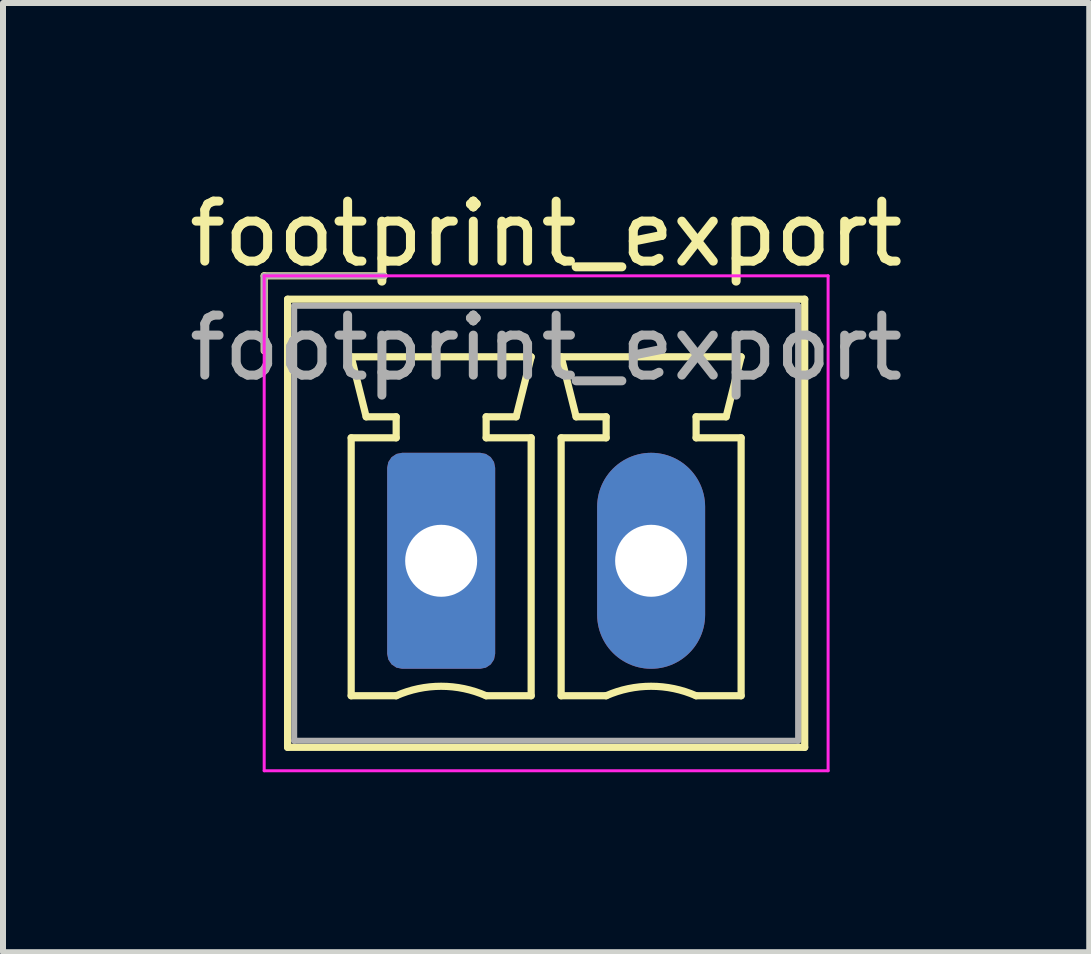
<source format=kicad_pcb>
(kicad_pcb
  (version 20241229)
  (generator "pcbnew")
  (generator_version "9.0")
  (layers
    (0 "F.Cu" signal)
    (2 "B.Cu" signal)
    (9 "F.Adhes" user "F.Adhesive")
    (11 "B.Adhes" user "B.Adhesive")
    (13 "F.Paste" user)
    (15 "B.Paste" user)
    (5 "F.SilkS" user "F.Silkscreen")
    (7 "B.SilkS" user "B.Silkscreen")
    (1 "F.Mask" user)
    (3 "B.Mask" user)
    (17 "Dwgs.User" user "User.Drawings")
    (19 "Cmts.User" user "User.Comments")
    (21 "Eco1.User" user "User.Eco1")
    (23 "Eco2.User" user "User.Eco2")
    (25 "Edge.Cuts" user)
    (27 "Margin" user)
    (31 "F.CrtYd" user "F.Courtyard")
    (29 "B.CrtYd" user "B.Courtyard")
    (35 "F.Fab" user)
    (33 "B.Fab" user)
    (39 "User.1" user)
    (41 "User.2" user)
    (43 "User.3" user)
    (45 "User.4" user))
  (footprint "footprint_export"
    (layer "F.Cu")
    (at 4.304 6.298)
    (property "Reference" "footprint_export" (at 1.75 -5.45 0) (layer "F.SilkS") (effects (font (size 1 1) (thickness 0.15))))
    (attr through_hole)
    (fp_line (start -2.95 -4.75) (end -0.95 -4.75) (stroke (width 0.12) (type solid)) (layer "F.SilkS"))
    (fp_line (start -2.95 -3.5) (end -2.95 -4.75) (stroke (width 0.12) (type solid)) (layer "F.SilkS"))
    (fp_line (start -2.56 -4.36) (end -2.56 3.11) (stroke (width 0.12) (type solid)) (layer "F.SilkS"))
    (fp_line (start -2.56 3.11) (end 6.06 3.11) (stroke (width 0.12) (type solid)) (layer "F.SilkS"))
    (fp_line (start -1.5 -3.4) (end 1.5 -3.4) (stroke (width 0.12) (type solid)) (layer "F.SilkS"))
    (fp_line (start -1.5 -2.05) (end -0.75 -2.05) (stroke (width 0.12) (type solid)) (layer "F.SilkS"))
    (fp_line (start -1.5 2.25) (end -1.5 -2.05) (stroke (width 0.12) (type solid)) (layer "F.SilkS"))
    (fp_line (start -1.25 -2.4) (end -1.5 -3.4) (stroke (width 0.12) (type solid)) (layer "F.SilkS"))
    (fp_line (start -0.75 -2.4) (end -1.25 -2.4) (stroke (width 0.12) (type solid)) (layer "F.SilkS"))
    (fp_line (start -0.75 -2.05) (end -0.75 -2.4) (stroke (width 0.12) (type solid)) (layer "F.SilkS"))
    (fp_line (start -0.75 2.25) (end -1.5 2.25) (stroke (width 0.12) (type solid)) (layer "F.SilkS"))
    (fp_line (start 0.75 -2.4) (end 0.75 -2.05) (stroke (width 0.12) (type solid)) (layer "F.SilkS"))
    (fp_line (start 0.75 -2.05) (end 1.5 -2.05) (stroke (width 0.12) (type solid)) (layer "F.SilkS"))
    (fp_line (start 1.25 -2.4) (end 0.75 -2.4) (stroke (width 0.12) (type solid)) (layer "F.SilkS"))
    (fp_line (start 1.5 -3.4) (end 1.25 -2.4) (stroke (width 0.12) (type solid)) (layer "F.SilkS"))
    (fp_line (start 1.5 -2.05) (end 1.5 2.25) (stroke (width 0.12) (type solid)) (layer "F.SilkS"))
    (fp_line (start 1.5 2.25) (end 0.75 2.25) (stroke (width 0.12) (type solid)) (layer "F.SilkS"))
    (fp_line (start 2 -3.4) (end 5 -3.4) (stroke (width 0.12) (type solid)) (layer "F.SilkS"))
    (fp_line (start 2 -2.05) (end 2.75 -2.05) (stroke (width 0.12) (type solid)) (layer "F.SilkS"))
    (fp_line (start 2 2.25) (end 2 -2.05) (stroke (width 0.12) (type solid)) (layer "F.SilkS"))
    (fp_line (start 2.25 -2.4) (end 2 -3.4) (stroke (width 0.12) (type solid)) (layer "F.SilkS"))
    (fp_line (start 2.75 -2.4) (end 2.25 -2.4) (stroke (width 0.12) (type solid)) (layer "F.SilkS"))
    (fp_line (start 2.75 -2.05) (end 2.75 -2.4) (stroke (width 0.12) (type solid)) (layer "F.SilkS"))
    (fp_line (start 2.75 2.25) (end 2 2.25) (stroke (width 0.12) (type solid)) (layer "F.SilkS"))
    (fp_line (start 4.25 -2.4) (end 4.25 -2.05) (stroke (width 0.12) (type solid)) (layer "F.SilkS"))
    (fp_line (start 4.25 -2.05) (end 5 -2.05) (stroke (width 0.12) (type solid)) (layer "F.SilkS"))
    (fp_line (start 4.75 -2.4) (end 4.25 -2.4) (stroke (width 0.12) (type solid)) (layer "F.SilkS"))
    (fp_line (start 5 -3.4) (end 4.75 -2.4) (stroke (width 0.12) (type solid)) (layer "F.SilkS"))
    (fp_line (start 5 -2.05) (end 5 2.25) (stroke (width 0.12) (type solid)) (layer "F.SilkS"))
    (fp_line (start 5 2.25) (end 4.25 2.25) (stroke (width 0.12) (type solid)) (layer "F.SilkS"))
    (fp_line (start 6.06 -4.36) (end -2.56 -4.36) (stroke (width 0.12) (type solid)) (layer "F.SilkS"))
    (fp_line (start 6.06 3.11) (end 6.06 -4.36) (stroke (width 0.12) (type solid)) (layer "F.SilkS"))
    (fp_arc (start -0.75 2.25) (mid -0.000193 2.09191) (end 0.749647 2.249844) (stroke (width 0.12) (type solid)) (layer "F.SilkS"))
    (fp_arc (start 2.75 2.25) (mid 3.499807 2.09191) (end 4.249647 2.249844) (stroke (width 0.12) (type solid)) (layer "F.SilkS"))
    (fp_line (start -2.95 -4.75) (end -2.95 3.5) (stroke (width 0.05) (type solid)) (layer "F.CrtYd"))
    (fp_line (start -2.95 3.5) (end 6.45 3.5) (stroke (width 0.05) (type solid)) (layer "F.CrtYd"))
    (fp_line (start 6.45 -4.75) (end -2.95 -4.75) (stroke (width 0.05) (type solid)) (layer "F.CrtYd"))
    (fp_line (start 6.45 3.5) (end 6.45 -4.75) (stroke (width 0.05) (type solid)) (layer "F.CrtYd"))
    (fp_line (start -2.95 -4.75) (end -0.95 -4.75) (stroke (width 0.1) (type solid)) (layer "F.Fab"))
    (fp_line (start -2.95 -3.5) (end -2.95 -4.75) (stroke (width 0.1) (type solid)) (layer "F.Fab"))
    (fp_line (start -2.45 -4.25) (end -2.45 3) (stroke (width 0.1) (type solid)) (layer "F.Fab"))
    (fp_line (start -2.45 3) (end 5.95 3) (stroke (width 0.1) (type solid)) (layer "F.Fab"))
    (fp_line (start 5.95 -4.25) (end -2.45 -4.25) (stroke (width 0.1) (type solid)) (layer "F.Fab"))
    (fp_line (start 5.95 3) (end 5.95 -4.25) (stroke (width 0.1) (type solid)) (layer "F.Fab"))
    (fp_text user "${REFERENCE}" (at 1.75 -3.55 0) (layer "F.Fab") (effects (font (size 1 1) (thickness 0.15))))
    (pad "1" thru_hole roundrect (at 0 0) (size 1.8 3.6) (drill 1.2) (layers "*.Cu" "*.Mask") (roundrect_rratio 0.139))
    (pad "2" thru_hole oval (at 3.5 0) (size 1.8 3.6) (drill 1.2) (layers "*.Cu" "*.Mask")))
  (gr_rect
    (start -3 -3)
    (end 15.107 12.823)
    (stroke (width 0.1) (type default))
    (fill no)
    (layer "Edge.Cuts")))
</source>
